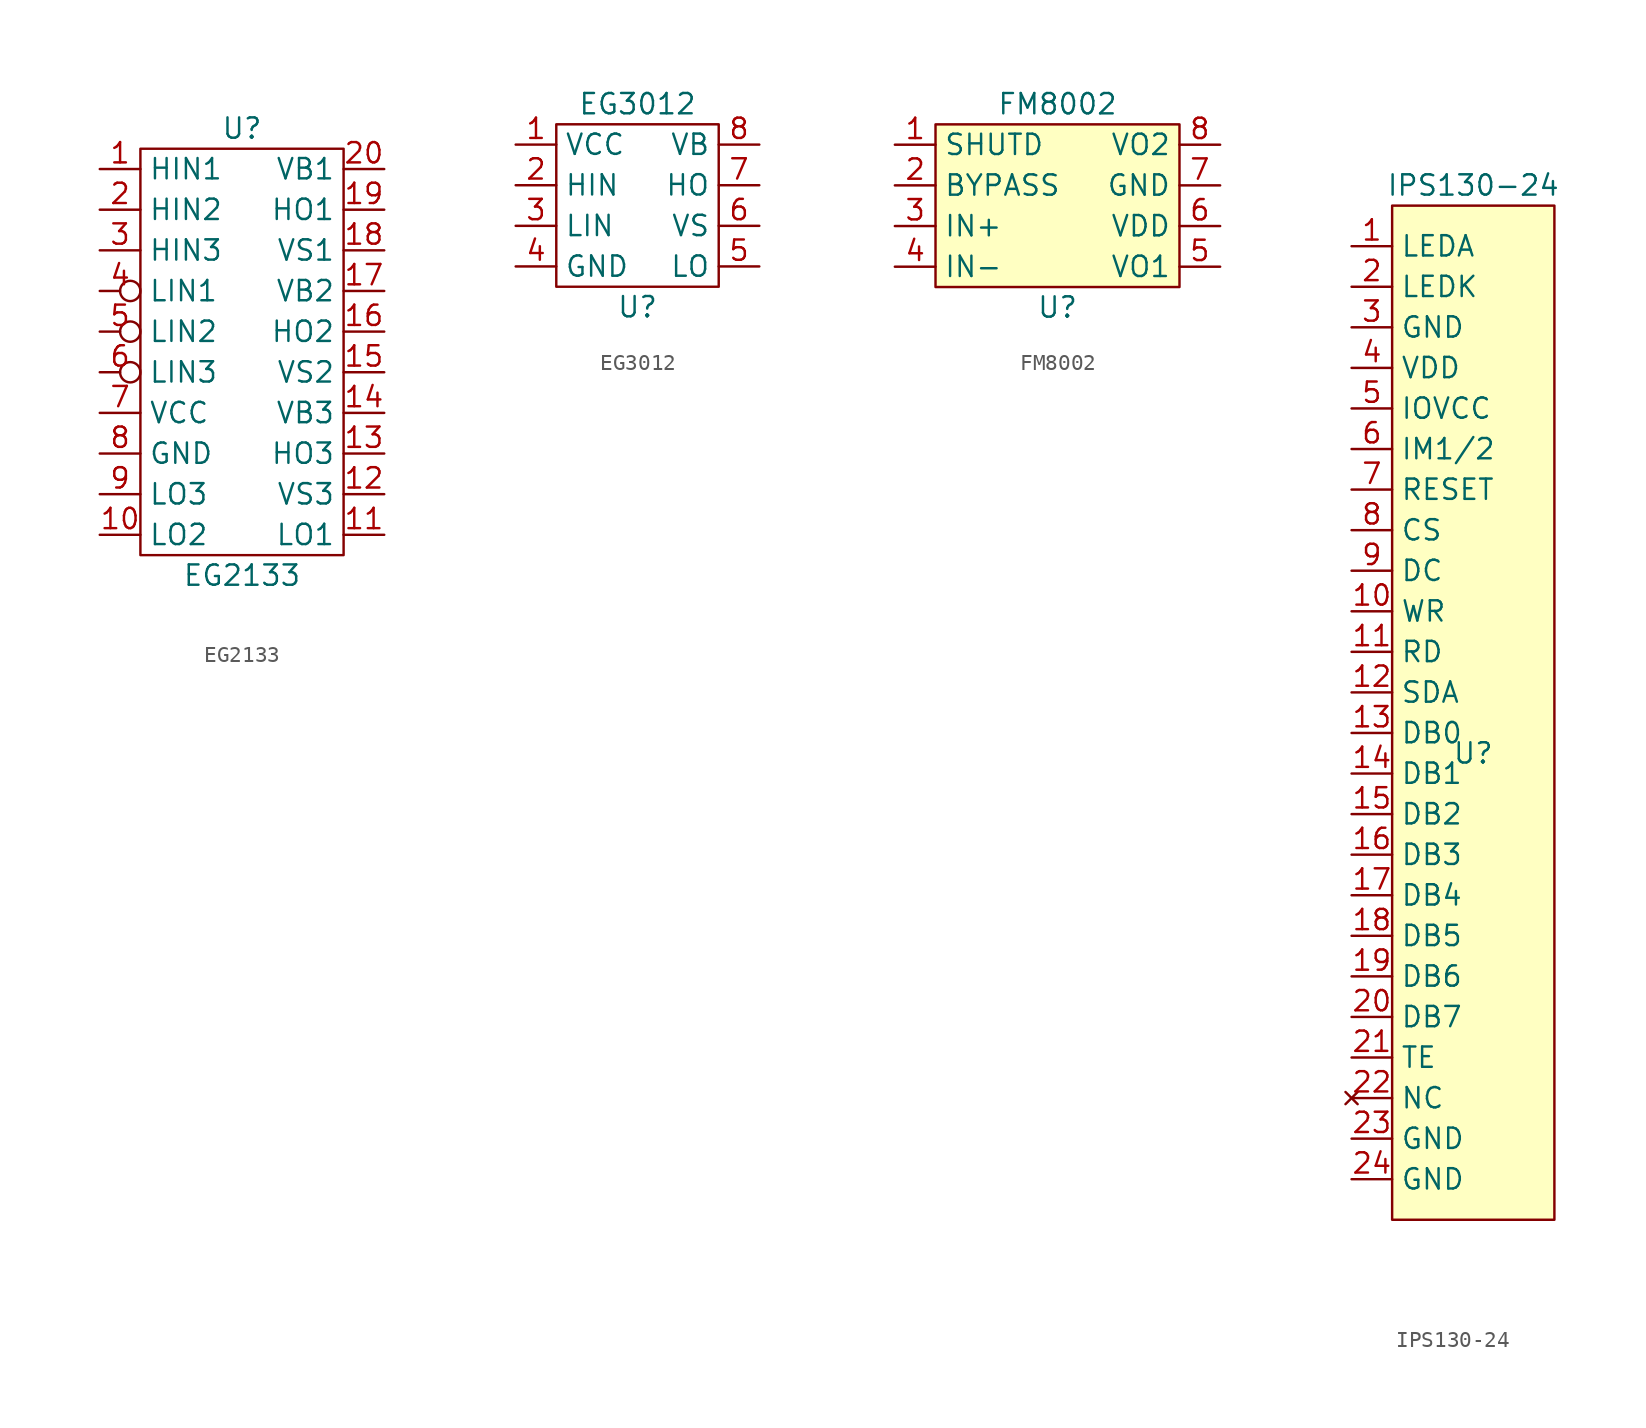
<source format=kicad_sym>
(kicad_symbol_lib
  (version 20211014)
  (generator kicad_symbol_editor)
  (symbol "EG2133"
    (property "Reference" "U"
      (at 0 7.62 0)
      (effects (font (size 1.27 1.27))))
    (property "Value" "EG2133"
      (at 0 -20.32 0)
      (effects (font (size 1.27 1.27))))
    (symbol "EG2133_0_1"
      (rectangle (start -6.35 6.35) (end 6.35 -19.05) (stroke (width 0) (type default) (color 0 0 0 0)) (fill (type none))))
    (symbol "EG2133_1_1"
      (pin input line (at -8.89 5.08 0) (length 2.54) (name "HIN1" (effects (font (size 1.27 1.27)))) (number "1" (effects (font (size 1.27 1.27)))))
      (pin output line (at -8.89 -17.78 0) (length 2.54) (name "LO2" (effects (font (size 1.27 1.27)))) (number "10" (effects (font (size 1.27 1.27)))))
      (pin output line (at 8.89 -17.78 180) (length 2.54) (name "LO1" (effects (font (size 1.27 1.27)))) (number "11" (effects (font (size 1.27 1.27)))))
      (pin power_in line (at 8.89 -15.24 180) (length 2.54) (name "VS3" (effects (font (size 1.27 1.27)))) (number "12" (effects (font (size 1.27 1.27)))))
      (pin output line (at 8.89 -12.7 180) (length 2.54) (name "HO3" (effects (font (size 1.27 1.27)))) (number "13" (effects (font (size 1.27 1.27)))))
      (pin power_in line (at 8.89 -10.16 180) (length 2.54) (name "VB3" (effects (font (size 1.27 1.27)))) (number "14" (effects (font (size 1.27 1.27)))))
      (pin power_in line (at 8.89 -7.62 180) (length 2.54) (name "VS2" (effects (font (size 1.27 1.27)))) (number "15" (effects (font (size 1.27 1.27)))))
      (pin output line (at 8.89 -5.08 180) (length 2.54) (name "HO2" (effects (font (size 1.27 1.27)))) (number "16" (effects (font (size 1.27 1.27)))))
      (pin power_in line (at 8.89 -2.54 180) (length 2.54) (name "VB2" (effects (font (size 1.27 1.27)))) (number "17" (effects (font (size 1.27 1.27)))))
      (pin power_in line (at 8.89 0 180) (length 2.54) (name "VS1" (effects (font (size 1.27 1.27)))) (number "18" (effects (font (size 1.27 1.27)))))
      (pin output line (at 8.89 2.54 180) (length 2.54) (name "HO1" (effects (font (size 1.27 1.27)))) (number "19" (effects (font (size 1.27 1.27)))))
      (pin input line (at -8.89 2.54 0) (length 2.54) (name "HIN2" (effects (font (size 1.27 1.27)))) (number "2" (effects (font (size 1.27 1.27)))))
      (pin power_in line (at 8.89 5.08 180) (length 2.54) (name "VB1" (effects (font (size 1.27 1.27)))) (number "20" (effects (font (size 1.27 1.27)))))
      (pin input line (at -8.89 0 0) (length 2.54) (name "HIN3" (effects (font (size 1.27 1.27)))) (number "3" (effects (font (size 1.27 1.27)))))
      (pin input inverted (at -8.89 -2.54 0) (length 2.54) (name "LIN1" (effects (font (size 1.27 1.27)))) (number "4" (effects (font (size 1.27 1.27)))))
      (pin input inverted (at -8.89 -5.08 0) (length 2.54) (name "LIN2" (effects (font (size 1.27 1.27)))) (number "5" (effects (font (size 1.27 1.27)))))
      (pin input inverted (at -8.89 -7.62 0) (length 2.54) (name "LIN3" (effects (font (size 1.27 1.27)))) (number "6" (effects (font (size 1.27 1.27)))))
      (pin power_in line (at -8.89 -10.16 0) (length 2.54) (name "VCC" (effects (font (size 1.27 1.27)))) (number "7" (effects (font (size 1.27 1.27)))))
      (pin power_in line (at -8.89 -12.7 0) (length 2.54) (name "GND" (effects (font (size 1.27 1.27)))) (number "8" (effects (font (size 1.27 1.27)))))
      (pin output line (at -8.89 -15.24 0) (length 2.54) (name "LO3" (effects (font (size 1.27 1.27)))) (number "9" (effects (font (size 1.27 1.27)))))))
  (symbol "EG3012"
    (property "Reference" "U"
      (at 0 -2.54 0)
      (effects (font (size 1.27 1.27))))
    (property "Value" "EG3012"
      (at 0 10.16 0)
      (effects (font (size 1.27 1.27))))
    (symbol "EG3012_0_1"
      (rectangle (start -5.08 8.89) (end 5.08 -1.27) (stroke (width 0) (type default) (color 0 0 0 0)) (fill (type none))))
    (symbol "EG3012_1_1"
      (pin power_in line (at -7.62 7.62 0) (length 2.54) (name "VCC" (effects (font (size 1.27 1.27)))) (number "1" (effects (font (size 1.27 1.27)))))
      (pin input line (at -7.62 5.08 0) (length 2.54) (name "HIN" (effects (font (size 1.27 1.27)))) (number "2" (effects (font (size 1.27 1.27)))))
      (pin input line (at -7.62 2.54 0) (length 2.54) (name "LIN" (effects (font (size 1.27 1.27)))) (number "3" (effects (font (size 1.27 1.27)))))
      (pin power_in line (at -7.62 0 0) (length 2.54) (name "GND" (effects (font (size 1.27 1.27)))) (number "4" (effects (font (size 1.27 1.27)))))
      (pin output line (at 7.62 0 180) (length 2.54) (name "LO" (effects (font (size 1.27 1.27)))) (number "5" (effects (font (size 1.27 1.27)))))
      (pin power_in line (at 7.62 2.54 180) (length 2.54) (name "VS" (effects (font (size 1.27 1.27)))) (number "6" (effects (font (size 1.27 1.27)))))
      (pin output line (at 7.62 5.08 180) (length 2.54) (name "HO" (effects (font (size 1.27 1.27)))) (number "7" (effects (font (size 1.27 1.27)))))
      (pin power_in line (at 7.62 7.62 180) (length 2.54) (name "VB" (effects (font (size 1.27 1.27)))) (number "8" (effects (font (size 1.27 1.27)))))))
  (symbol "FM8002"
    (property "Reference" "U"
      (at 0 -3.81 0)
      (effects (font (size 1.27 1.27))))
    (property "Value" "FM8002"
      (at 0 8.89 0)
      (effects (font (size 1.27 1.27))))
    (symbol "FM8002_0_1"
      (rectangle (start -7.62 7.62) (end 7.62 -2.54) (stroke (width 0) (type default) (color 0 0 0 0)) (fill (type background))))
    (symbol "FM8002_1_1"
      (pin input line (at -10.16 6.35 0) (length 2.54) (name "SHUTD" (effects (font (size 1.27 1.27)))) (number "1" (effects (font (size 1.27 1.27)))))
      (pin input line (at -10.16 3.81 0) (length 2.54) (name "BYPASS" (effects (font (size 1.27 1.27)))) (number "2" (effects (font (size 1.27 1.27)))))
      (pin input line (at -10.16 1.27 0) (length 2.54) (name "IN+" (effects (font (size 1.27 1.27)))) (number "3" (effects (font (size 1.27 1.27)))))
      (pin input line (at -10.16 -1.27 0) (length 2.54) (name "IN-" (effects (font (size 1.27 1.27)))) (number "4" (effects (font (size 1.27 1.27)))))
      (pin output line (at 10.16 -1.27 180) (length 2.54) (name "VO1" (effects (font (size 1.27 1.27)))) (number "5" (effects (font (size 1.27 1.27)))))
      (pin power_in line (at 10.16 1.27 180) (length 2.54) (name "VDD" (effects (font (size 1.27 1.27)))) (number "6" (effects (font (size 1.27 1.27)))))
      (pin power_in line (at 10.16 3.81 180) (length 2.54) (name "GND" (effects (font (size 1.27 1.27)))) (number "7" (effects (font (size 1.27 1.27)))))
      (pin power_in line (at 10.16 6.35 180) (length 2.54) (name "VO2" (effects (font (size 1.27 1.27)))) (number "8" (effects (font (size 1.27 1.27)))))))
  (symbol "IPS130-24"
    (property "Reference" "U"
      (at 0 -24.13 0)
      (effects (font (size 1.27 1.27))))
    (property "Value" "IPS130-24"
      (at 0 11.43 0)
      (effects (font (size 1.27 1.27))))
    (symbol "IPS130-24_0_1"
      (rectangle (start -5.08 10.16) (end 5.08 -53.34) (stroke (width 0) (type default) (color 0 0 0 0)) (fill (type background))))
    (symbol "IPS130-24_1_1"
      (pin input line (at -7.62 7.62 0) (length 2.54) (name "LEDA" (effects (font (size 1.27 1.27)))) (number "1" (effects (font (size 1.27 1.27)))))
      (pin input line (at -7.62 -15.24 0) (length 2.54) (name "WR" (effects (font (size 1.27 1.27)))) (number "10" (effects (font (size 1.27 1.27)))))
      (pin input line (at -7.62 -17.78 0) (length 2.54) (name "RD" (effects (font (size 1.27 1.27)))) (number "11" (effects (font (size 1.27 1.27)))))
      (pin input line (at -7.62 -20.32 0) (length 2.54) (name "SDA" (effects (font (size 1.27 1.27)))) (number "12" (effects (font (size 1.27 1.27)))))
      (pin input line (at -7.62 -22.86 0) (length 2.54) (name "DB0" (effects (font (size 1.27 1.27)))) (number "13" (effects (font (size 1.27 1.27)))))
      (pin input line (at -7.62 -25.4 0) (length 2.54) (name "DB1" (effects (font (size 1.27 1.27)))) (number "14" (effects (font (size 1.27 1.27)))))
      (pin input line (at -7.62 -27.94 0) (length 2.54) (name "DB2" (effects (font (size 1.27 1.27)))) (number "15" (effects (font (size 1.27 1.27)))))
      (pin input line (at -7.62 -30.48 0) (length 2.54) (name "DB3" (effects (font (size 1.27 1.27)))) (number "16" (effects (font (size 1.27 1.27)))))
      (pin input line (at -7.62 -33.02 0) (length 2.54) (name "DB4" (effects (font (size 1.27 1.27)))) (number "17" (effects (font (size 1.27 1.27)))))
      (pin input line (at -7.62 -35.56 0) (length 2.54) (name "DB5" (effects (font (size 1.27 1.27)))) (number "18" (effects (font (size 1.27 1.27)))))
      (pin input line (at -7.62 -38.1 0) (length 2.54) (name "DB6" (effects (font (size 1.27 1.27)))) (number "19" (effects (font (size 1.27 1.27)))))
      (pin input line (at -7.62 5.08 0) (length 2.54) (name "LEDK" (effects (font (size 1.27 1.27)))) (number "2" (effects (font (size 1.27 1.27)))))
      (pin input line (at -7.62 -40.64 0) (length 2.54) (name "DB7" (effects (font (size 1.27 1.27)))) (number "20" (effects (font (size 1.27 1.27)))))
      (pin input line (at -7.62 -43.18 0) (length 2.54) (name "TE" (effects (font (size 1.27 1.27)))) (number "21" (effects (font (size 1.27 1.27)))))
      (pin no_connect line (at -7.62 -45.72 0) (length 2.54) (name "NC" (effects (font (size 1.27 1.27)))) (number "22" (effects (font (size 1.27 1.27)))))
      (pin power_in line (at -7.62 -48.26 0) (length 2.54) (name "GND" (effects (font (size 1.27 1.27)))) (number "23" (effects (font (size 1.27 1.27)))))
      (pin power_in line (at -7.62 -50.8 0) (length 2.54) (name "GND" (effects (font (size 1.27 1.27)))) (number "24" (effects (font (size 1.27 1.27)))))
      (pin power_in line (at -7.62 2.54 0) (length 2.54) (name "GND" (effects (font (size 1.27 1.27)))) (number "3" (effects (font (size 1.27 1.27)))))
      (pin power_in line (at -7.62 0 0) (length 2.54) (name "VDD" (effects (font (size 1.27 1.27)))) (number "4" (effects (font (size 1.27 1.27)))))
      (pin power_in line (at -7.62 -2.54 0) (length 2.54) (name "IOVCC" (effects (font (size 1.27 1.27)))) (number "5" (effects (font (size 1.27 1.27)))))
      (pin input line (at -7.62 -5.08 0) (length 2.54) (name "IM1/2" (effects (font (size 1.27 1.27)))) (number "6" (effects (font (size 1.27 1.27)))))
      (pin input line (at -7.62 -7.62 0) (length 2.54) (name "RESET" (effects (font (size 1.27 1.27)))) (number "7" (effects (font (size 1.27 1.27)))))
      (pin input line (at -7.62 -10.16 0) (length 2.54) (name "CS" (effects (font (size 1.27 1.27)))) (number "8" (effects (font (size 1.27 1.27)))))
      (pin input line (at -7.62 -12.7 0) (length 2.54) (name "DC" (effects (font (size 1.27 1.27)))) (number "9" (effects (font (size 1.27 1.27))))))))
</source>
